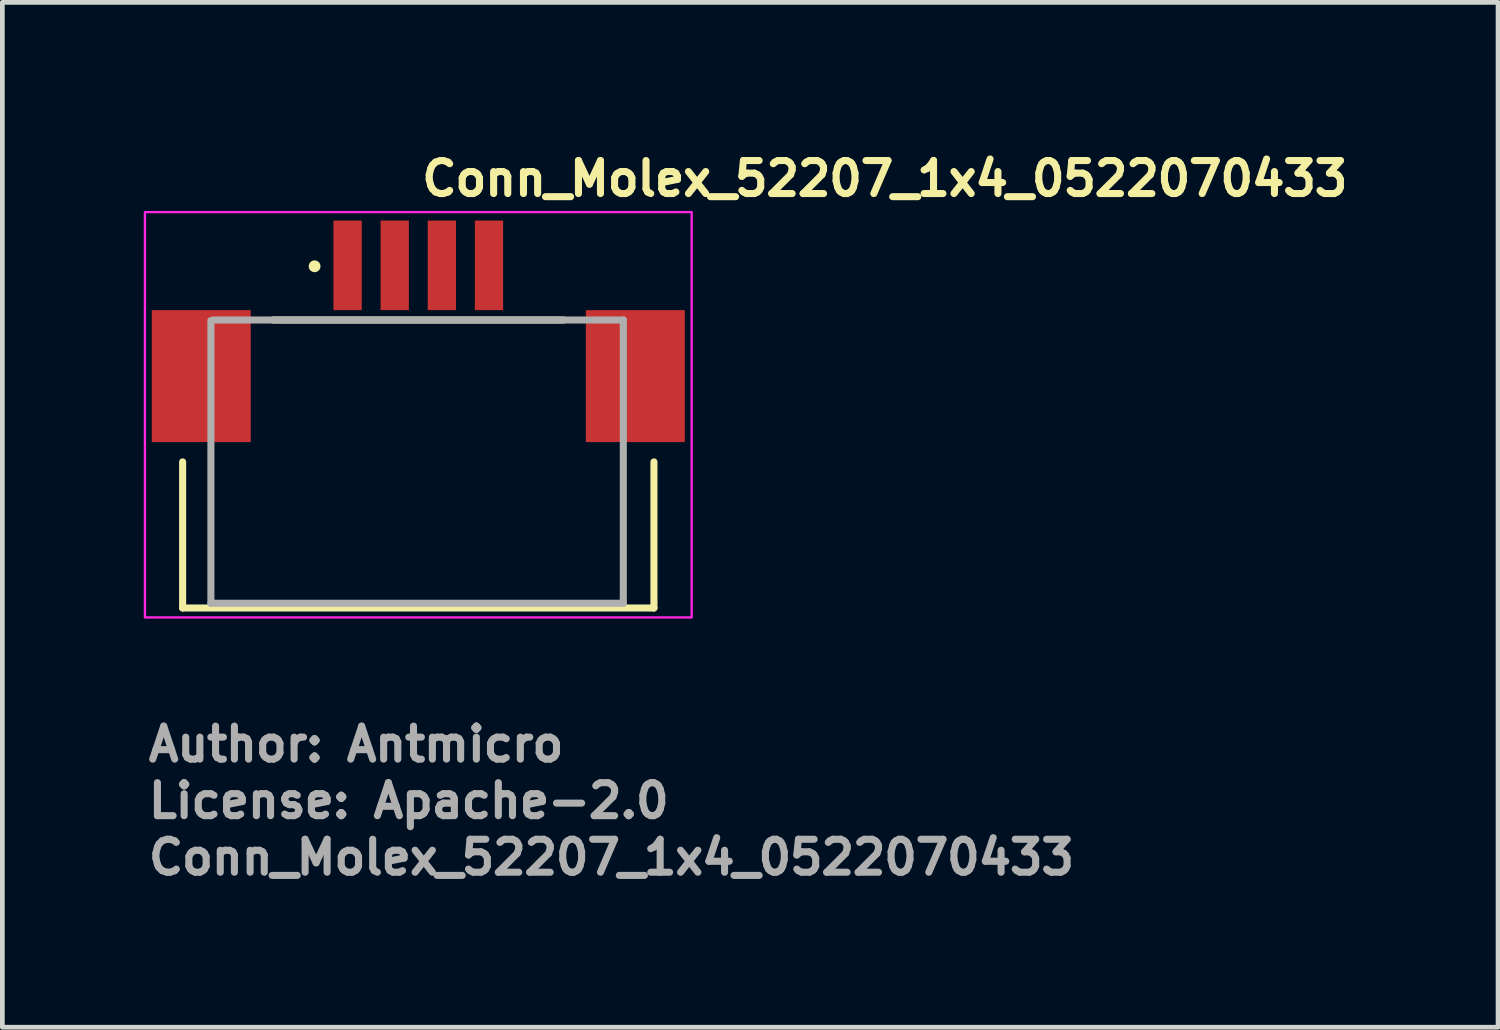
<source format=kicad_pcb>
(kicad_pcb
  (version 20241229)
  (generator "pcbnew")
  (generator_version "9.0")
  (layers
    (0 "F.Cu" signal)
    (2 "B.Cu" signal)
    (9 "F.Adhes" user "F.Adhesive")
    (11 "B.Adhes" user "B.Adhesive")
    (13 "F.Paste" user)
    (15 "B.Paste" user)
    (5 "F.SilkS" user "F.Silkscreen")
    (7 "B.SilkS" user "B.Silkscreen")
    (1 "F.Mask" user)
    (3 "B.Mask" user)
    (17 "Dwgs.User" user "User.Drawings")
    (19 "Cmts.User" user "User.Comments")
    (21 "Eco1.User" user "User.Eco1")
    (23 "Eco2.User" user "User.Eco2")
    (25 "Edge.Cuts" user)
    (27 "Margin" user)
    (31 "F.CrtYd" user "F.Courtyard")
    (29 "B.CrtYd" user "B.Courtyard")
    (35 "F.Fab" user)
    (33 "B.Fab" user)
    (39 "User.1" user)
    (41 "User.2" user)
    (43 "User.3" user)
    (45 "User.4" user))
  (footprint "Conn_Molex_52207_1x4_0522070433"
    (layer "F.Cu")
    (at 5.825 5.85)
    (property "Reference" "Conn_Molex_52207_1x4_0522070433" (at 0 -4.7 0) (layer "F.SilkS") (effects (font (size 0.7 0.7) (thickness 0.15)) (justify left bottom)))
    (attr smd)
    (fp_line (start -5 4) (end -5 0.9) (stroke (width 0.15) (type solid)) (layer "F.SilkS"))
    (fp_line (start -5 4) (end 5 4) (stroke (width 0.15) (type solid)) (layer "F.SilkS"))
    (fp_line (start -3.084 -2.111) (end 3.084 -2.111) (stroke (width 0.15) (type solid)) (layer "F.SilkS"))
    (fp_line (start 5 4) (end 5 0.9) (stroke (width 0.15) (type solid)) (layer "F.SilkS"))
    (fp_circle (center -2.2 -3.25) (end -2.15 -3.25) (stroke (width 0.15) (type solid)) (fill yes) (layer "F.SilkS"))
    (fp_rect (start -5.8 -4.4) (end 5.8 4.2) (stroke (width 0.05) (type solid)) (fill no) (layer "F.CrtYd"))
    (fp_line (start -4.4 3.9) (end -4.4 -2.1) (stroke (width 0.15) (type solid)) (layer "F.Fab"))
    (fp_line (start -4.35 -2.111) (end 4.35 -2.111) (stroke (width 0.15) (type solid)) (layer "F.Fab"))
    (fp_line (start 4.35 -2.111) (end 4.35 3.9) (stroke (width 0.15) (type solid)) (layer "F.Fab"))
    (fp_line (start 4.35 3.9) (end -4.4 3.9) (stroke (width 0.15) (type solid)) (layer "F.Fab"))
    (fp_rect (start -5.15 -3.8) (end 5.15 3.8) (stroke (width 0.1) (type solid)) (fill no) (layer "User.5"))
    (fp_line (start -5.15 -1.8) (end -4.896 -1.8) (stroke (width 0.02) (type solid)) (layer "User.9"))
    (fp_line (start -5.15 -1.6) (end -5.15 -1.8) (stroke (width 0.02) (type solid)) (layer "User.9"))
    (fp_line (start -5.15 -1.6) (end -4.896 -1.6) (stroke (width 0.02) (type solid)) (layer "User.9"))
    (fp_line (start -5.15 0) (end -5.15 -1.6) (stroke (width 0.02) (type solid)) (layer "User.9"))
    (fp_line (start -5.15 0.2) (end -5.15 0) (stroke (width 0.02) (type solid)) (layer "User.9"))
    (fp_line (start -5 2.6) (end -5 2.7) (stroke (width 0.02) (type solid)) (layer "User.9"))
    (fp_line (start -5 2.7) (end -4.8 3) (stroke (width 0.02) (type solid)) (layer "User.9"))
    (fp_line (start -5 3.18) (end -5 3.5) (stroke (width 0.02) (type solid)) (layer "User.9"))
    (fp_line (start -5 3.5) (end -5 3.515) (stroke (width 0.02) (type solid)) (layer "User.9"))
    (fp_line (start -5 3.515) (end -4.999 3.53) (stroke (width 0.02) (type solid)) (layer "User.9"))
    (fp_line (start -4.999 3.53) (end -4.997 3.544) (stroke (width 0.02) (type solid)) (layer "User.9"))
    (fp_line (start -4.997 3.544) (end -4.994 3.559) (stroke (width 0.02) (type solid)) (layer "User.9"))
    (fp_line (start -4.994 3.559) (end -4.991 3.573) (stroke (width 0.02) (type solid)) (layer "User.9"))
    (fp_line (start -4.991 3.573) (end -4.987 3.587) (stroke (width 0.02) (type solid)) (layer "User.9"))
    (fp_line (start -4.987 3.587) (end -4.982 3.601) (stroke (width 0.02) (type solid)) (layer "User.9"))
    (fp_line (start -4.982 3.601) (end -4.977 3.615) (stroke (width 0.02) (type solid)) (layer "User.9"))
    (fp_line (start -4.977 3.615) (end -4.971 3.628) (stroke (width 0.02) (type solid)) (layer "User.9"))
    (fp_line (start -4.971 3.628) (end -4.965 3.641) (stroke (width 0.02) (type solid)) (layer "User.9"))
    (fp_line (start -4.965 3.641) (end -4.957 3.654) (stroke (width 0.02) (type solid)) (layer "User.9"))
    (fp_line (start -4.957 3.654) (end -4.95 3.666) (stroke (width 0.02) (type solid)) (layer "User.9"))
    (fp_line (start -4.95 3.666) (end -4.941 3.678) (stroke (width 0.02) (type solid)) (layer "User.9"))
    (fp_line (start -4.941 3.678) (end -4.932 3.69) (stroke (width 0.02) (type solid)) (layer "User.9"))
    (fp_line (start -4.932 3.69) (end -4.922 3.701) (stroke (width 0.02) (type solid)) (layer "User.9"))
    (fp_line (start -4.922 3.701) (end -4.912 3.712) (stroke (width 0.02) (type solid)) (layer "User.9"))
    (fp_line (start -4.912 3.712) (end -4.912 3.712) (stroke (width 0.02) (type solid)) (layer "User.9"))
    (fp_line (start -4.912 3.712) (end -4.901 3.722) (stroke (width 0.02) (type solid)) (layer "User.9"))
    (fp_line (start -4.901 3.722) (end -4.89 3.732) (stroke (width 0.02) (type solid)) (layer "User.9"))
    (fp_line (start -4.896 -1.8) (end -4.896 -1.6) (stroke (width 0.02) (type solid)) (layer "User.9"))
    (fp_line (start -4.896 0) (end -5.15 0) (stroke (width 0.02) (type solid)) (layer "User.9"))
    (fp_line (start -4.896 0) (end -4.896 -1.6) (stroke (width 0.02) (type solid)) (layer "User.9"))
    (fp_line (start -4.896 0) (end -4.896 0.2) (stroke (width 0.02) (type solid)) (layer "User.9"))
    (fp_line (start -4.896 0.2) (end -5.15 0.2) (stroke (width 0.02) (type solid)) (layer "User.9"))
    (fp_line (start -4.89 3.732) (end -4.878 3.741) (stroke (width 0.02) (type solid)) (layer "User.9"))
    (fp_line (start -4.878 3.741) (end -4.866 3.75) (stroke (width 0.02) (type solid)) (layer "User.9"))
    (fp_line (start -4.866 3.75) (end -4.854 3.757) (stroke (width 0.02) (type solid)) (layer "User.9"))
    (fp_line (start -4.854 3.757) (end -4.841 3.765) (stroke (width 0.02) (type solid)) (layer "User.9"))
    (fp_line (start -4.841 3.765) (end -4.828 3.771) (stroke (width 0.02) (type solid)) (layer "User.9"))
    (fp_line (start -4.828 3.771) (end -4.815 3.777) (stroke (width 0.02) (type solid)) (layer "User.9"))
    (fp_line (start -4.815 3.777) (end -4.801 3.782) (stroke (width 0.02) (type solid)) (layer "User.9"))
    (fp_line (start -4.801 3.782) (end -4.787 3.787) (stroke (width 0.02) (type solid)) (layer "User.9"))
    (fp_line (start -4.8 2.5) (end -4.8 2.6) (stroke (width 0.02) (type solid)) (layer "User.9"))
    (fp_line (start -4.8 2.5) (end -4.712 2.5) (stroke (width 0.02) (type solid)) (layer "User.9"))
    (fp_line (start -4.8 2.6) (end -5 2.6) (stroke (width 0.02) (type solid)) (layer "User.9"))
    (fp_line (start -4.8 3) (end -4.8 2.6) (stroke (width 0.02) (type solid)) (layer "User.9"))
    (fp_line (start -4.8 3) (end -4.8 3.18) (stroke (width 0.02) (type solid)) (layer "User.9"))
    (fp_line (start -4.8 3.18) (end -5 3.18) (stroke (width 0.02) (type solid)) (layer "User.9"))
    (fp_line (start -4.8 3.5) (end -4.8 3.18) (stroke (width 0.02) (type solid)) (layer "User.9"))
    (fp_line (start -4.8 3.513) (end -4.8 3.5) (stroke (width 0.02) (type solid)) (layer "User.9"))
    (fp_line (start -4.799 3.527) (end -4.8 3.513) (stroke (width 0.02) (type solid)) (layer "User.9"))
    (fp_line (start -4.797 3.541) (end -4.799 3.527) (stroke (width 0.02) (type solid)) (layer "User.9"))
    (fp_line (start -4.796 3.549) (end -4.797 3.543) (stroke (width 0.02) (type solid)) (layer "User.9"))
    (fp_line (start -4.795 3.554) (end -4.797 3.541) (stroke (width 0.02) (type solid)) (layer "User.9"))
    (fp_line (start -4.795 3.554) (end -4.796 3.549) (stroke (width 0.02) (type solid)) (layer "User.9"))
    (fp_line (start -4.794 3.56) (end -4.795 3.554) (stroke (width 0.02) (type solid)) (layer "User.9"))
    (fp_line (start -4.793 3.565) (end -4.794 3.56) (stroke (width 0.02) (type solid)) (layer "User.9"))
    (fp_line (start -4.792 3.568) (end -4.795 3.554) (stroke (width 0.02) (type solid)) (layer "User.9"))
    (fp_line (start -4.791 3.571) (end -4.793 3.565) (stroke (width 0.02) (type solid)) (layer "User.9"))
    (fp_line (start -4.79 3.576) (end -4.791 3.571) (stroke (width 0.02) (type solid)) (layer "User.9"))
    (fp_line (start -4.789 3.582) (end -4.792 3.568) (stroke (width 0.02) (type solid)) (layer "User.9"))
    (fp_line (start -4.789 3.582) (end -4.79 3.576) (stroke (width 0.02) (type solid)) (layer "User.9"))
    (fp_line (start -4.787 3.587) (end -4.789 3.582) (stroke (width 0.02) (type solid)) (layer "User.9"))
    (fp_line (start -4.787 3.787) (end -4.773 3.791) (stroke (width 0.02) (type solid)) (layer "User.9"))
    (fp_line (start -4.784 3.595) (end -4.789 3.582) (stroke (width 0.02) (type solid)) (layer "User.9"))
    (fp_line (start -4.779 3.609) (end -4.784 3.595) (stroke (width 0.02) (type solid)) (layer "User.9"))
    (fp_line (start -4.774 3.622) (end -4.779 3.609) (stroke (width 0.02) (type solid)) (layer "User.9"))
    (fp_line (start -4.773 3.791) (end -4.759 3.794) (stroke (width 0.02) (type solid)) (layer "User.9"))
    (fp_line (start -4.767 3.636) (end -4.774 3.622) (stroke (width 0.02) (type solid)) (layer "User.9"))
    (fp_line (start -4.767 3.636) (end -4.769 3.632) (stroke (width 0.02) (type solid)) (layer "User.9"))
    (fp_line (start -4.765 3.641) (end -4.767 3.636) (stroke (width 0.02) (type solid)) (layer "User.9"))
    (fp_line (start -4.762 3.645) (end -4.765 3.641) (stroke (width 0.02) (type solid)) (layer "User.9"))
    (fp_line (start -4.76 3.649) (end -4.767 3.636) (stroke (width 0.02) (type solid)) (layer "User.9"))
    (fp_line (start -4.76 3.65) (end -4.762 3.645) (stroke (width 0.02) (type solid)) (layer "User.9"))
    (fp_line (start -4.759 3.794) (end -4.744 3.797) (stroke (width 0.02) (type solid)) (layer "User.9"))
    (fp_line (start -4.757 3.654) (end -4.76 3.65) (stroke (width 0.02) (type solid)) (layer "User.9"))
    (fp_line (start -4.755 3.659) (end -4.757 3.654) (stroke (width 0.02) (type solid)) (layer "User.9"))
    (fp_line (start -4.753 3.662) (end -4.76 3.649) (stroke (width 0.02) (type solid)) (layer "User.9"))
    (fp_line (start -4.752 3.663) (end -4.755 3.659) (stroke (width 0.02) (type solid)) (layer "User.9"))
    (fp_line (start -4.749 3.667) (end -4.752 3.663) (stroke (width 0.02) (type solid)) (layer "User.9"))
    (fp_line (start -4.746 -1.8) (end -4.896 -1.8) (stroke (width 0.02) (type solid)) (layer "User.9"))
    (fp_line (start -4.746 -1.8) (end -4.35 -1.8) (stroke (width 0.02) (type solid)) (layer "User.9"))
    (fp_line (start -4.746 0.2) (end -4.896 0.2) (stroke (width 0.02) (type solid)) (layer "User.9"))
    (fp_line (start -4.744 3.675) (end -4.753 3.662) (stroke (width 0.02) (type solid)) (layer "User.9"))
    (fp_line (start -4.744 3.797) (end -4.73 3.799) (stroke (width 0.02) (type solid)) (layer "User.9"))
    (fp_line (start -4.735 3.687) (end -4.744 3.675) (stroke (width 0.02) (type solid)) (layer "User.9"))
    (fp_line (start -4.73 3.799) (end -4.715 3.8) (stroke (width 0.02) (type solid)) (layer "User.9"))
    (fp_line (start -4.725 3.699) (end -4.735 3.687) (stroke (width 0.02) (type solid)) (layer "User.9"))
    (fp_line (start -4.715 3.8) (end -4.7 3.8) (stroke (width 0.02) (type solid)) (layer "User.9"))
    (fp_line (start -4.714 3.711) (end -4.725 3.699) (stroke (width 0.02) (type solid)) (layer "User.9"))
    (fp_line (start -4.714 3.711) (end -4.714 3.711) (stroke (width 0.02) (type solid)) (layer "User.9"))
    (fp_line (start -4.713 3.711) (end -4.714 3.711) (stroke (width 0.02) (type solid)) (layer "User.9"))
    (fp_line (start -4.712 2.5) (end -4.712 2.5) (stroke (width 0.02) (type solid)) (layer "User.9"))
    (fp_line (start -4.712 2.5) (end -4.5 2.5) (stroke (width 0.02) (type solid)) (layer "User.9"))
    (fp_line (start -4.712 3.712) (end -4.713 3.711) (stroke (width 0.02) (type solid)) (layer "User.9"))
    (fp_line (start -4.704 3.72) (end -4.714 3.711) (stroke (width 0.02) (type solid)) (layer "User.9"))
    (fp_line (start -4.7 3.8) (end -4.5 3.8) (stroke (width 0.02) (type solid)) (layer "User.9"))
    (fp_line (start -4.695 3.728) (end -4.704 3.72) (stroke (width 0.02) (type solid)) (layer "User.9"))
    (fp_line (start -4.684 3.737) (end -4.695 3.728) (stroke (width 0.02) (type solid)) (layer "User.9"))
    (fp_line (start -4.68 3.74) (end -4.683 3.738) (stroke (width 0.02) (type solid)) (layer "User.9"))
    (fp_line (start -4.678 3.741) (end -4.68 3.74) (stroke (width 0.02) (type solid)) (layer "User.9"))
    (fp_line (start -4.676 3.743) (end -4.678 3.741) (stroke (width 0.02) (type solid)) (layer "User.9"))
    (fp_line (start -4.673 3.745) (end -4.684 3.737) (stroke (width 0.02) (type solid)) (layer "User.9"))
    (fp_line (start -4.673 3.745) (end -4.676 3.743) (stroke (width 0.02) (type solid)) (layer "User.9"))
    (fp_line (start -4.662 3.753) (end -4.673 3.745) (stroke (width 0.02) (type solid)) (layer "User.9"))
    (fp_line (start -4.65 3.76) (end -4.662 3.753) (stroke (width 0.02) (type solid)) (layer "User.9"))
    (fp_line (start -4.637 3.767) (end -4.65 3.76) (stroke (width 0.02) (type solid)) (layer "User.9"))
    (fp_line (start -4.624 3.773) (end -4.637 3.767) (stroke (width 0.02) (type solid)) (layer "User.9"))
    (fp_line (start -4.621 3.774) (end -4.624 3.773) (stroke (width 0.02) (type solid)) (layer "User.9"))
    (fp_line (start -4.618 3.776) (end -4.621 3.774) (stroke (width 0.02) (type solid)) (layer "User.9"))
    (fp_line (start -4.615 3.777) (end -4.618 3.776) (stroke (width 0.02) (type solid)) (layer "User.9"))
    (fp_line (start -4.612 3.778) (end -4.615 3.777) (stroke (width 0.02) (type solid)) (layer "User.9"))
    (fp_line (start -4.61 3.779) (end -4.624 3.773) (stroke (width 0.02) (type solid)) (layer "User.9"))
    (fp_line (start -4.596 3.784) (end -4.61 3.779) (stroke (width 0.02) (type solid)) (layer "User.9"))
    (fp_line (start -4.581 3.789) (end -4.596 3.784) (stroke (width 0.02) (type solid)) (layer "User.9"))
    (fp_line (start -4.566 3.793) (end -4.581 3.789) (stroke (width 0.02) (type solid)) (layer "User.9"))
    (fp_line (start -4.558 3.794) (end -4.566 3.793) (stroke (width 0.02) (type solid)) (layer "User.9"))
    (fp_line (start -4.55 3.796) (end -4.566 3.793) (stroke (width 0.02) (type solid)) (layer "User.9"))
    (fp_line (start -4.55 3.796) (end -4.558 3.794) (stroke (width 0.02) (type solid)) (layer "User.9"))
    (fp_line (start -4.542 3.797) (end -4.55 3.796) (stroke (width 0.02) (type solid)) (layer "User.9"))
    (fp_line (start -4.534 3.798) (end -4.55 3.796) (stroke (width 0.02) (type solid)) (layer "User.9"))
    (fp_line (start -4.533 3.798) (end -4.542 3.797) (stroke (width 0.02) (type solid)) (layer "User.9"))
    (fp_line (start -4.525 3.799) (end -4.533 3.798) (stroke (width 0.02) (type solid)) (layer "User.9"))
    (fp_line (start -4.517 3.799) (end -4.534 3.798) (stroke (width 0.02) (type solid)) (layer "User.9"))
    (fp_line (start -4.517 3.8) (end -4.525 3.799) (stroke (width 0.02) (type solid)) (layer "User.9"))
    (fp_line (start -4.508 3.8) (end -4.517 3.8) (stroke (width 0.02) (type solid)) (layer "User.9"))
    (fp_line (start -4.5 3.8) (end -4.517 3.799) (stroke (width 0.02) (type solid)) (layer "User.9"))
    (fp_line (start -4.5 3.8) (end -4.508 3.8) (stroke (width 0.02) (type solid)) (layer "User.9"))
    (fp_line (start -4.5 3.8) (end -3.1 3.8) (stroke (width 0.02) (type solid)) (layer "User.9"))
    (fp_line (start -4.35 -1.8) (end -4.35 2.25) (stroke (width 0.02) (type solid)) (layer "User.9"))
    (fp_line (start -4.35 -1.8) (end 4.35 -1.8) (stroke (width 0.02) (type solid)) (layer "User.9"))
    (fp_line (start -4.35 0.2) (end -4.746 0.2) (stroke (width 0.02) (type solid)) (layer "User.9"))
    (fp_line (start -4.35 2.25) (end -3.775 2.25) (stroke (width 0.02) (type solid)) (layer "User.9"))
    (fp_line (start -4.065 2.5) (end -4.075 2.5) (stroke (width 0.02) (type solid)) (layer "User.9"))
    (fp_line (start -4.055 2.499) (end -4.065 2.5) (stroke (width 0.02) (type solid)) (layer "User.9"))
    (fp_line (start -4.045 2.498) (end -4.055 2.499) (stroke (width 0.02) (type solid)) (layer "User.9"))
    (fp_line (start -4.035 2.496) (end -4.045 2.498) (stroke (width 0.02) (type solid)) (layer "User.9"))
    (fp_line (start -4.025 2.494) (end -4.035 2.496) (stroke (width 0.02) (type solid)) (layer "User.9"))
    (fp_line (start -4.016 2.491) (end -4.025 2.494) (stroke (width 0.02) (type solid)) (layer "User.9"))
    (fp_line (start -4.006 2.488) (end -4.016 2.491) (stroke (width 0.02) (type solid)) (layer "User.9"))
    (fp_line (start -3.997 2.484) (end -4.006 2.488) (stroke (width 0.02) (type solid)) (layer "User.9"))
    (fp_line (start -3.988 2.48) (end -3.997 2.484) (stroke (width 0.02) (type solid)) (layer "User.9"))
    (fp_line (start -3.98 2.476) (end -3.988 2.48) (stroke (width 0.02) (type solid)) (layer "User.9"))
    (fp_line (start -3.971 2.471) (end -3.98 2.476) (stroke (width 0.02) (type solid)) (layer "User.9"))
    (fp_line (start -3.963 2.466) (end -3.971 2.471) (stroke (width 0.02) (type solid)) (layer "User.9"))
    (fp_line (start -3.955 2.46) (end -3.963 2.466) (stroke (width 0.02) (type solid)) (layer "User.9"))
    (fp_line (start -3.948 2.454) (end -3.955 2.46) (stroke (width 0.02) (type solid)) (layer "User.9"))
    (fp_line (start -3.941 2.448) (end -3.948 2.454) (stroke (width 0.02) (type solid)) (layer "User.9"))
    (fp_line (start -3.934 2.441) (end -3.941 2.448) (stroke (width 0.02) (type solid)) (layer "User.9"))
    (fp_line (start -3.927 2.434) (end -3.934 2.441) (stroke (width 0.02) (type solid)) (layer "User.9"))
    (fp_line (start -3.921 2.427) (end -3.927 2.434) (stroke (width 0.02) (type solid)) (layer "User.9"))
    (fp_line (start -3.915 2.42) (end -3.921 2.427) (stroke (width 0.02) (type solid)) (layer "User.9"))
    (fp_line (start -3.909 2.412) (end -3.915 2.42) (stroke (width 0.02) (type solid)) (layer "User.9"))
    (fp_line (start -3.904 2.404) (end -3.909 2.412) (stroke (width 0.02) (type solid)) (layer "User.9"))
    (fp_line (start -3.9 2.707) (end -3.5 3.4) (stroke (width 0.02) (type solid)) (layer "User.9"))
    (fp_line (start -3.899 2.395) (end -3.904 2.404) (stroke (width 0.02) (type solid)) (layer "User.9"))
    (fp_line (start -3.895 2.387) (end -3.899 2.395) (stroke (width 0.02) (type solid)) (layer "User.9"))
    (fp_line (start -3.891 2.378) (end -3.895 2.387) (stroke (width 0.02) (type solid)) (layer "User.9"))
    (fp_line (start -3.887 2.369) (end -3.891 2.378) (stroke (width 0.02) (type solid)) (layer "User.9"))
    (fp_line (start -3.884 2.359) (end -3.887 2.369) (stroke (width 0.02) (type solid)) (layer "User.9"))
    (fp_line (start -3.881 2.35) (end -3.884 2.359) (stroke (width 0.02) (type solid)) (layer "User.9"))
    (fp_line (start -3.879 2.34) (end -3.881 2.35) (stroke (width 0.02) (type solid)) (layer "User.9"))
    (fp_line (start -3.877 2.33) (end -3.879 2.34) (stroke (width 0.02) (type solid)) (layer "User.9"))
    (fp_line (start -3.876 2.32) (end -3.877 2.33) (stroke (width 0.02) (type solid)) (layer "User.9"))
    (fp_line (start -3.875 2.25) (end -3.875 2.3) (stroke (width 0.02) (type solid)) (layer "User.9"))
    (fp_line (start -3.875 2.3) (end -3.875 2.31) (stroke (width 0.02) (type solid)) (layer "User.9"))
    (fp_line (start -3.875 2.31) (end -3.876 2.32) (stroke (width 0.02) (type solid)) (layer "User.9"))
    (fp_line (start -3.775 -0.86) (end -3.775 -0.855) (stroke (width 0.02) (type solid)) (layer "User.9"))
    (fp_line (start -3.775 -0.857) (end -3.775 -0.85) (stroke (width 0.02) (type solid)) (layer "User.9"))
    (fp_line (start -3.775 -0.855) (end -3.775 -0.85) (stroke (width 0.02) (type solid)) (layer "User.9"))
    (fp_line (start -3.775 -0.85) (end -3.775 2.25) (stroke (width 0.02) (type solid)) (layer "User.9"))
    (fp_line (start -3.774 -0.87) (end -3.774 -0.865) (stroke (width 0.02) (type solid)) (layer "User.9"))
    (fp_line (start -3.774 -0.865) (end -3.775 -0.86) (stroke (width 0.02) (type solid)) (layer "User.9"))
    (fp_line (start -3.774 -0.865) (end -3.775 -0.857) (stroke (width 0.02) (type solid)) (layer "User.9"))
    (fp_line (start -3.773 -0.875) (end -3.774 -0.87) (stroke (width 0.02) (type solid)) (layer "User.9"))
    (fp_line (start -3.773 -0.872) (end -3.774 -0.865) (stroke (width 0.02) (type solid)) (layer "User.9"))
    (fp_line (start -3.772 -0.88) (end -3.773 -0.875) (stroke (width 0.02) (type solid)) (layer "User.9"))
    (fp_line (start -3.772 -0.879) (end -3.773 -0.872) (stroke (width 0.02) (type solid)) (layer "User.9"))
    (fp_line (start -3.771 -0.884) (end -3.772 -0.88) (stroke (width 0.02) (type solid)) (layer "User.9"))
    (fp_line (start -3.77 -0.889) (end -3.771 -0.884) (stroke (width 0.02) (type solid)) (layer "User.9"))
    (fp_line (start -3.77 -0.887) (end -3.772 -0.879) (stroke (width 0.02) (type solid)) (layer "User.9"))
    (fp_line (start -3.769 -0.894) (end -3.77 -0.887) (stroke (width 0.02) (type solid)) (layer "User.9"))
    (fp_line (start -3.768 -0.894) (end -3.77 -0.889) (stroke (width 0.02) (type solid)) (layer "User.9"))
    (fp_line (start -3.767 -0.898) (end -3.768 -0.894) (stroke (width 0.02) (type solid)) (layer "User.9"))
    (fp_line (start -3.766 -0.901) (end -3.769 -0.894) (stroke (width 0.02) (type solid)) (layer "User.9"))
    (fp_line (start -3.765 -0.903) (end -3.767 -0.898) (stroke (width 0.02) (type solid)) (layer "User.9"))
    (fp_line (start -3.764 -0.908) (end -3.765 -0.903) (stroke (width 0.02) (type solid)) (layer "User.9"))
    (fp_line (start -3.764 -0.907) (end -3.766 -0.901) (stroke (width 0.02) (type solid)) (layer "User.9"))
    (fp_line (start -3.762 -0.912) (end -3.764 -0.908) (stroke (width 0.02) (type solid)) (layer "User.9"))
    (fp_line (start -3.761 -0.914) (end -3.764 -0.907) (stroke (width 0.02) (type solid)) (layer "User.9"))
    (fp_line (start -3.759 -0.916) (end -3.762 -0.912) (stroke (width 0.02) (type solid)) (layer "User.9"))
    (fp_line (start -3.757 -0.921) (end -3.761 -0.914) (stroke (width 0.02) (type solid)) (layer "User.9"))
    (fp_line (start -3.757 -0.921) (end -3.759 -0.916) (stroke (width 0.02) (type solid)) (layer "User.9"))
    (fp_line (start -3.755 -0.925) (end -3.757 -0.921) (stroke (width 0.02) (type solid)) (layer "User.9"))
    (fp_line (start -3.754 -0.927) (end -3.757 -0.921) (stroke (width 0.02) (type solid)) (layer "User.9"))
    (fp_line (start -3.752 -0.929) (end -3.755 -0.925) (stroke (width 0.02) (type solid)) (layer "User.9"))
    (fp_line (start -3.75 -0.933) (end -3.754 -0.927) (stroke (width 0.02) (type solid)) (layer "User.9"))
    (fp_line (start -3.75 -0.933) (end -3.752 -0.929) (stroke (width 0.02) (type solid)) (layer "User.9"))
    (fp_line (start -3.747 -0.937) (end -3.75 -0.933) (stroke (width 0.02) (type solid)) (layer "User.9"))
    (fp_line (start -3.746 -0.939) (end -3.75 -0.933) (stroke (width 0.02) (type solid)) (layer "User.9"))
    (fp_line (start -3.744 -0.941) (end -3.747 -0.937) (stroke (width 0.02) (type solid)) (layer "User.9"))
    (fp_line (start -3.741 -0.945) (end -3.746 -0.939) (stroke (width 0.02) (type solid)) (layer "User.9"))
    (fp_line (start -3.741 -0.945) (end -3.744 -0.941) (stroke (width 0.02) (type solid)) (layer "User.9"))
    (fp_line (start -3.738 -0.949) (end -3.741 -0.945) (stroke (width 0.02) (type solid)) (layer "User.9"))
    (fp_line (start -3.736 -0.951) (end -3.741 -0.945) (stroke (width 0.02) (type solid)) (layer "User.9"))
    (fp_line (start -3.735 -0.952) (end -3.738 -0.949) (stroke (width 0.02) (type solid)) (layer "User.9"))
    (fp_line (start -3.731 -0.956) (end -3.736 -0.951) (stroke (width 0.02) (type solid)) (layer "User.9"))
    (fp_line (start -3.731 -0.956) (end -3.735 -0.952) (stroke (width 0.02) (type solid)) (layer "User.9"))
    (fp_line (start -3.731 -0.956) (end -3.731 -0.956) (stroke (width 0.02) (type solid)) (layer "User.9"))
    (fp_line (start -3.728 -0.959) (end -3.731 -0.956) (stroke (width 0.02) (type solid)) (layer "User.9"))
    (fp_line (start -3.726 -0.961) (end -3.731 -0.956) (stroke (width 0.02) (type solid)) (layer "User.9"))
    (fp_line (start -3.724 -0.963) (end -3.728 -0.959) (stroke (width 0.02) (type solid)) (layer "User.9"))
    (fp_line (start -3.72 -0.966) (end -3.726 -0.961) (stroke (width 0.02) (type solid)) (layer "User.9"))
    (fp_line (start -3.72 -0.966) (end -3.724 -0.963) (stroke (width 0.02) (type solid)) (layer "User.9"))
    (fp_line (start -3.717 -0.969) (end -3.72 -0.966) (stroke (width 0.02) (type solid)) (layer "User.9"))
    (fp_line (start -3.714 -0.971) (end -3.72 -0.966) (stroke (width 0.02) (type solid)) (layer "User.9"))
    (fp_line (start -3.713 -0.972) (end -3.717 -0.969) (stroke (width 0.02) (type solid)) (layer "User.9"))
    (fp_line (start -3.708 -0.975) (end -3.714 -0.971) (stroke (width 0.02) (type solid)) (layer "User.9"))
    (fp_line (start -3.708 -0.975) (end -3.713 -0.972) (stroke (width 0.02) (type solid)) (layer "User.9"))
    (fp_line (start -3.704 -0.977) (end -3.708 -0.975) (stroke (width 0.02) (type solid)) (layer "User.9"))
    (fp_line (start -3.702 -0.979) (end -3.708 -0.975) (stroke (width 0.02) (type solid)) (layer "User.9"))
    (fp_line (start -3.7 -0.98) (end -3.704 -0.977) (stroke (width 0.02) (type solid)) (layer "User.9"))
    (fp_line (start -3.7 -0.98) (end -3.7 -0.98) (stroke (width 0.02) (type solid)) (layer "User.9"))
    (fp_line (start -3.696 -0.982) (end -3.702 -0.979) (stroke (width 0.02) (type solid)) (layer "User.9"))
    (fp_line (start -3.691 -0.985) (end -3.7 -0.98) (stroke (width 0.02) (type solid)) (layer "User.9"))
    (fp_line (start -3.689 -0.986) (end -3.696 -0.982) (stroke (width 0.02) (type solid)) (layer "User.9"))
    (fp_line (start -3.682 -0.989) (end -3.691 -0.985) (stroke (width 0.02) (type solid)) (layer "User.9"))
    (fp_line (start -3.682 -0.989) (end -3.689 -0.986) (stroke (width 0.02) (type solid)) (layer "User.9"))
    (fp_line (start -3.676 -0.991) (end -3.682 -0.989) (stroke (width 0.02) (type solid)) (layer "User.9"))
    (fp_line (start -3.673 -0.992) (end -3.682 -0.989) (stroke (width 0.02) (type solid)) (layer "User.9"))
    (fp_line (start -3.669 -0.994) (end -3.676 -0.991) (stroke (width 0.02) (type solid)) (layer "User.9"))
    (fp_line (start -3.664 -0.995) (end -3.673 -0.992) (stroke (width 0.02) (type solid)) (layer "User.9"))
    (fp_line (start -3.662 -0.995) (end -3.669 -0.994) (stroke (width 0.02) (type solid)) (layer "User.9"))
    (fp_line (start -3.654 -0.997) (end -3.664 -0.995) (stroke (width 0.02) (type solid)) (layer "User.9"))
    (fp_line (start -3.654 -0.997) (end -3.662 -0.995) (stroke (width 0.02) (type solid)) (layer "User.9"))
    (fp_line (start -3.647 -0.998) (end -3.654 -0.997) (stroke (width 0.02) (type solid)) (layer "User.9"))
    (fp_line (start -3.644 -0.999) (end -3.654 -0.997) (stroke (width 0.02) (type solid)) (layer "User.9"))
    (fp_line (start -3.64 -0.999) (end -3.647 -0.998) (stroke (width 0.02) (type solid)) (layer "User.9"))
    (fp_line (start -3.635 -1) (end -3.644 -0.999) (stroke (width 0.02) (type solid)) (layer "User.9"))
    (fp_line (start -3.632 -1) (end -3.64 -0.999) (stroke (width 0.02) (type solid)) (layer "User.9"))
    (fp_line (start -3.625 -1) (end -3.635 -1) (stroke (width 0.02) (type solid)) (layer "User.9"))
    (fp_line (start -3.625 -1) (end -3.632 -1) (stroke (width 0.02) (type solid)) (layer "User.9"))
    (fp_line (start -3.618 -1) (end -3.625 -1) (stroke (width 0.02) (type solid)) (layer "User.9"))
    (fp_line (start -3.615 -1) (end -3.625 -1) (stroke (width 0.02) (type solid)) (layer "User.9"))
    (fp_line (start -3.61 -0.999) (end -3.618 -1) (stroke (width 0.02) (type solid)) (layer "User.9"))
    (fp_line (start -3.606 -0.999) (end -3.615 -1) (stroke (width 0.02) (type solid)) (layer "User.9"))
    (fp_line (start -3.603 -0.998) (end -3.61 -0.999) (stroke (width 0.02) (type solid)) (layer "User.9"))
    (fp_line (start -3.596 -0.997) (end -3.606 -0.999) (stroke (width 0.02) (type solid)) (layer "User.9"))
    (fp_line (start -3.596 -0.997) (end -3.603 -0.998) (stroke (width 0.02) (type solid)) (layer "User.9"))
    (fp_line (start -3.588 -0.995) (end -3.596 -0.997) (stroke (width 0.02) (type solid)) (layer "User.9"))
    (fp_line (start -3.586 -0.995) (end -3.596 -0.997) (stroke (width 0.02) (type solid)) (layer "User.9"))
    (fp_line (start -3.581 -0.994) (end -3.588 -0.995) (stroke (width 0.02) (type solid)) (layer "User.9"))
    (fp_line (start -3.577 -0.992) (end -3.586 -0.995) (stroke (width 0.02) (type solid)) (layer "User.9"))
    (fp_line (start -3.574 -0.991) (end -3.581 -0.994) (stroke (width 0.02) (type solid)) (layer "User.9"))
    (fp_line (start -3.568 -0.989) (end -3.577 -0.992) (stroke (width 0.02) (type solid)) (layer "User.9"))
    (fp_line (start -3.568 -0.989) (end -3.574 -0.991) (stroke (width 0.02) (type solid)) (layer "User.9"))
    (fp_line (start -3.561 -0.986) (end -3.568 -0.989) (stroke (width 0.02) (type solid)) (layer "User.9"))
    (fp_line (start -3.559 -0.985) (end -3.568 -0.989) (stroke (width 0.02) (type solid)) (layer "User.9"))
    (fp_line (start -3.554 -0.982) (end -3.561 -0.986) (stroke (width 0.02) (type solid)) (layer "User.9"))
    (fp_line (start -3.55 -0.98) (end -3.559 -0.985) (stroke (width 0.02) (type solid)) (layer "User.9"))
    (fp_line (start -3.55 -0.98) (end -3.55 -0.98) (stroke (width 0.02) (type solid)) (layer "User.9"))
    (fp_line (start -3.548 -0.979) (end -3.554 -0.982) (stroke (width 0.02) (type solid)) (layer "User.9"))
    (fp_line (start -3.542 -0.975) (end -3.55 -0.98) (stroke (width 0.02) (type solid)) (layer "User.9"))
    (fp_line (start -3.542 -0.975) (end -3.548 -0.979) (stroke (width 0.02) (type solid)) (layer "User.9"))
    (fp_line (start -3.536 -0.971) (end -3.542 -0.975) (stroke (width 0.02) (type solid)) (layer "User.9"))
    (fp_line (start -3.533 -0.969) (end -3.542 -0.975) (stroke (width 0.02) (type solid)) (layer "User.9"))
    (fp_line (start -3.53 -0.966) (end -3.536 -0.971) (stroke (width 0.02) (type solid)) (layer "User.9"))
    (fp_line (start -3.526 -0.963) (end -3.533 -0.969) (stroke (width 0.02) (type solid)) (layer "User.9"))
    (fp_line (start -3.524 -0.961) (end -3.53 -0.966) (stroke (width 0.02) (type solid)) (layer "User.9"))
    (fp_line (start -3.519 -0.956) (end -3.526 -0.963) (stroke (width 0.02) (type solid)) (layer "User.9"))
    (fp_line (start -3.519 -0.956) (end -3.524 -0.961) (stroke (width 0.02) (type solid)) (layer "User.9"))
    (fp_line (start -3.519 -0.956) (end -3.519 -0.956) (stroke (width 0.02) (type solid)) (layer "User.9"))
    (fp_line (start -3.514 -0.951) (end -3.519 -0.956) (stroke (width 0.02) (type solid)) (layer "User.9"))
    (fp_line (start -3.512 -0.949) (end -3.519 -0.956) (stroke (width 0.02) (type solid)) (layer "User.9"))
    (fp_line (start -3.509 -0.945) (end -3.514 -0.951) (stroke (width 0.02) (type solid)) (layer "User.9"))
    (fp_line (start -3.506 -0.941) (end -3.512 -0.949) (stroke (width 0.02) (type solid)) (layer "User.9"))
    (fp_line (start -3.504 -0.939) (end -3.509 -0.945) (stroke (width 0.02) (type solid)) (layer "User.9"))
    (fp_line (start -3.5 -0.933) (end -3.506 -0.941) (stroke (width 0.02) (type solid)) (layer "User.9"))
    (fp_line (start -3.5 -0.933) (end -3.504 -0.939) (stroke (width 0.02) (type solid)) (layer "User.9"))
    (fp_line (start -3.5 3.4) (end -3.1 2.707) (stroke (width 0.02) (type solid)) (layer "User.9"))
    (fp_line (start -3.496 -0.927) (end -3.5 -0.933) (stroke (width 0.02) (type solid)) (layer "User.9"))
    (fp_line (start -3.495 -0.925) (end -3.5 -0.933) (stroke (width 0.02) (type solid)) (layer "User.9"))
    (fp_line (start -3.493 -0.921) (end -3.496 -0.927) (stroke (width 0.02) (type solid)) (layer "User.9"))
    (fp_line (start -3.491 -0.916) (end -3.495 -0.925) (stroke (width 0.02) (type solid)) (layer "User.9"))
    (fp_line (start -3.489 -0.914) (end -3.493 -0.921) (stroke (width 0.02) (type solid)) (layer "User.9"))
    (fp_line (start -3.486 -0.908) (end -3.491 -0.916) (stroke (width 0.02) (type solid)) (layer "User.9"))
    (fp_line (start -3.486 -0.907) (end -3.489 -0.914) (stroke (width 0.02) (type solid)) (layer "User.9"))
    (fp_line (start -3.484 -0.901) (end -3.486 -0.907) (stroke (width 0.02) (type solid)) (layer "User.9"))
    (fp_line (start -3.483 -0.898) (end -3.486 -0.908) (stroke (width 0.02) (type solid)) (layer "User.9"))
    (fp_line (start -3.481 -0.894) (end -3.484 -0.901) (stroke (width 0.02) (type solid)) (layer "User.9"))
    (fp_line (start -3.48 -0.889) (end -3.483 -0.898) (stroke (width 0.02) (type solid)) (layer "User.9"))
    (fp_line (start -3.48 -0.887) (end -3.481 -0.894) (stroke (width 0.02) (type solid)) (layer "User.9"))
    (fp_line (start -3.478 -0.88) (end -3.48 -0.889) (stroke (width 0.02) (type solid)) (layer "User.9"))
    (fp_line (start -3.478 -0.879) (end -3.48 -0.887) (stroke (width 0.02) (type solid)) (layer "User.9"))
    (fp_line (start -3.477 -0.872) (end -3.478 -0.879) (stroke (width 0.02) (type solid)) (layer "User.9"))
    (fp_line (start -3.476 -0.87) (end -3.478 -0.88) (stroke (width 0.02) (type solid)) (layer "User.9"))
    (fp_line (start -3.476 -0.865) (end -3.477 -0.872) (stroke (width 0.02) (type solid)) (layer "User.9"))
    (fp_line (start -3.475 -0.86) (end -3.476 -0.87) (stroke (width 0.02) (type solid)) (layer "User.9"))
    (fp_line (start -3.475 -0.857) (end -3.476 -0.865) (stroke (width 0.02) (type solid)) (layer "User.9"))
    (fp_line (start -3.475 -0.85) (end -3.475 -0.86) (stroke (width 0.02) (type solid)) (layer "User.9"))
    (fp_line (start -3.475 -0.85) (end -3.475 -0.857) (stroke (width 0.02) (type solid)) (layer "User.9"))
    (fp_line (start -3.475 -0.6) (end -3.775 -0.6) (stroke (width 0.02) (type solid)) (layer "User.9"))
    (fp_line (start -3.475 -0.3) (end -3.775 -0.3) (stroke (width 0.02) (type solid)) (layer "User.9"))
    (fp_line (start -3.475 1.45) (end -3.475 -0.85) (stroke (width 0.02) (type solid)) (layer "User.9"))
    (fp_line (start -3.475 1.45) (end -3.475 2.5) (stroke (width 0.02) (type solid)) (layer "User.9"))
    (fp_line (start -3.1 2.707) (end -3.9 2.707) (stroke (width 0.02) (type solid)) (layer "User.9"))
    (fp_line (start -3.1 3.8) (end -2.4 3.8) (stroke (width 0.02) (type solid)) (layer "User.9"))
    (fp_line (start -2.8 2.5) (end -4.5 2.5) (stroke (width 0.02) (type solid)) (layer "User.9"))
    (fp_line (start -2.8 2.5) (end -2.6 2.7) (stroke (width 0.02) (type solid)) (layer "User.9"))
    (fp_line (start -2.8 3.5) (end -3.1 3.8) (stroke (width 0.02) (type solid)) (layer "User.9"))
    (fp_line (start -2.8 3.5) (end -2.8 2.5) (stroke (width 0.02) (type solid)) (layer "User.9"))
    (fp_line (start -2.8 3.5) (end -2.6 3.3) (stroke (width 0.02) (type solid)) (layer "User.9"))
    (fp_line (start -2.6 3.3) (end -2.6 2.7) (stroke (width 0.02) (type solid)) (layer "User.9"))
    (fp_line (start -2.4 1.45) (end -3.475 1.45) (stroke (width 0.02) (type solid)) (layer "User.9"))
    (fp_line (start -2.4 1.45) (end -2.4 3.8) (stroke (width 0.02) (type solid)) (layer "User.9"))
    (fp_line (start -2.4 2.5) (end -2.8 2.5) (stroke (width 0.02) (type solid)) (layer "User.9"))
    (fp_line (start -2.4 3.8) (end 2.4 3.8) (stroke (width 0.02) (type solid)) (layer "User.9"))
    (fp_line (start -1.66 -3.8) (end -1.66 -2.4) (stroke (width 0.02) (type solid)) (layer "User.9"))
    (fp_line (start -1.66 -3.8) (end -1.34 -3.8) (stroke (width 0.02) (type solid)) (layer "User.9"))
    (fp_line (start -1.66 -2.2) (end -1.66 -2.4) (stroke (width 0.02) (type solid)) (layer "User.9"))
    (fp_line (start -1.66 -2.2) (end -1.66 -1.8) (stroke (width 0.02) (type solid)) (layer "User.9"))
    (fp_line (start -1.34 -3.8) (end -1.34 -2.4) (stroke (width 0.02) (type solid)) (layer "User.9"))
    (fp_line (start -1.34 -2.4) (end -1.66 -2.4) (stroke (width 0.02) (type solid)) (layer "User.9"))
    (fp_line (start -1.34 -2.4) (end -1.34 -2.2) (stroke (width 0.02) (type solid)) (layer "User.9"))
    (fp_line (start -1.34 -2.2) (end -1.66 -2.2) (stroke (width 0.02) (type solid)) (layer "User.9"))
    (fp_line (start -1.34 -2.2) (end -1.34 -1.8) (stroke (width 0.02) (type solid)) (layer "User.9"))
    (fp_line (start -0.66 -3.8) (end -0.66 -2.4) (stroke (width 0.02) (type solid)) (layer "User.9"))
    (fp_line (start -0.66 -3.8) (end -0.34 -3.8) (stroke (width 0.02) (type solid)) (layer "User.9"))
    (fp_line (start -0.66 -2.2) (end -0.66 -2.4) (stroke (width 0.02) (type solid)) (layer "User.9"))
    (fp_line (start -0.66 -2.2) (end -0.66 -1.8) (stroke (width 0.02) (type solid)) (layer "User.9"))
    (fp_line (start -0.34 -3.8) (end -0.34 -2.4) (stroke (width 0.02) (type solid)) (layer "User.9"))
    (fp_line (start -0.34 -2.4) (end -0.66 -2.4) (stroke (width 0.02) (type solid)) (layer "User.9"))
    (fp_line (start -0.34 -2.4) (end -0.34 -2.2) (stroke (width 0.02) (type solid)) (layer "User.9"))
    (fp_line (start -0.34 -2.2) (end -0.66 -2.2) (stroke (width 0.02) (type solid)) (layer "User.9"))
    (fp_line (start -0.34 -2.2) (end -0.34 -1.8) (stroke (width 0.02) (type solid)) (layer "User.9"))
    (fp_line (start 0.34 -3.8) (end 0.34 -2.4) (stroke (width 0.02) (type solid)) (layer "User.9"))
    (fp_line (start 0.34 -3.8) (end 0.66 -3.8) (stroke (width 0.02) (type solid)) (layer "User.9"))
    (fp_line (start 0.34 -2.2) (end 0.34 -2.4) (stroke (width 0.02) (type solid)) (layer "User.9"))
    (fp_line (start 0.34 -2.2) (end 0.34 -1.8) (stroke (width 0.02) (type solid)) (layer "User.9"))
    (fp_line (start 0.66 -3.8) (end 0.66 -2.4) (stroke (width 0.02) (type solid)) (layer "User.9"))
    (fp_line (start 0.66 -2.4) (end 0.34 -2.4) (stroke (width 0.02) (type solid)) (layer "User.9"))
    (fp_line (start 0.66 -2.4) (end 0.66 -2.2) (stroke (width 0.02) (type solid)) (layer "User.9"))
    (fp_line (start 0.66 -2.2) (end 0.34 -2.2) (stroke (width 0.02) (type solid)) (layer "User.9"))
    (fp_line (start 0.66 -2.2) (end 0.66 -1.8) (stroke (width 0.02) (type solid)) (layer "User.9"))
    (fp_line (start 1.34 -3.8) (end 1.34 -2.4) (stroke (width 0.02) (type solid)) (layer "User.9"))
    (fp_line (start 1.34 -3.8) (end 1.66 -3.8) (stroke (width 0.02) (type solid)) (layer "User.9"))
    (fp_line (start 1.34 -2.2) (end 1.34 -2.4) (stroke (width 0.02) (type solid)) (layer "User.9"))
    (fp_line (start 1.34 -2.2) (end 1.34 -1.8) (stroke (width 0.02) (type solid)) (layer "User.9"))
    (fp_line (start 1.66 -3.8) (end 1.66 -2.4) (stroke (width 0.02) (type solid)) (layer "User.9"))
    (fp_line (start 1.66 -2.4) (end 1.34 -2.4) (stroke (width 0.02) (type solid)) (layer "User.9"))
    (fp_line (start 1.66 -2.4) (end 1.66 -2.2) (stroke (width 0.02) (type solid)) (layer "User.9"))
    (fp_line (start 1.66 -2.2) (end 1.34 -2.2) (stroke (width 0.02) (type solid)) (layer "User.9"))
    (fp_line (start 1.66 -2.2) (end 1.66 -1.8) (stroke (width 0.02) (type solid)) (layer "User.9"))
    (fp_line (start 2.4 3.8) (end 2.4 1.45) (stroke (width 0.02) (type solid)) (layer "User.9"))
    (fp_line (start 2.4 3.8) (end 3.1 3.8) (stroke (width 0.02) (type solid)) (layer "User.9"))
    (fp_line (start 2.6 2.7) (end 2.6 3.3) (stroke (width 0.02) (type solid)) (layer "User.9"))
    (fp_line (start 2.6 2.7) (end 2.8 2.5) (stroke (width 0.02) (type solid)) (layer "User.9"))
    (fp_line (start 2.8 2.5) (end 2.4 2.5) (stroke (width 0.02) (type solid)) (layer "User.9"))
    (fp_line (start 2.8 2.5) (end 2.8 3.5) (stroke (width 0.02) (type solid)) (layer "User.9"))
    (fp_line (start 2.8 3.5) (end 2.6 3.3) (stroke (width 0.02) (type solid)) (layer "User.9"))
    (fp_line (start 2.8 3.5) (end 3.1 3.8) (stroke (width 0.02) (type solid)) (layer "User.9"))
    (fp_line (start 3.1 3.8) (end 4.5 3.8) (stroke (width 0.02) (type solid)) (layer "User.9"))
    (fp_line (start 3.475 -0.86) (end 3.475 -0.855) (stroke (width 0.02) (type solid)) (layer "User.9"))
    (fp_line (start 3.475 -0.857) (end 3.475 -0.85) (stroke (width 0.02) (type solid)) (layer "User.9"))
    (fp_line (start 3.475 -0.855) (end 3.475 -0.85) (stroke (width 0.02) (type solid)) (layer "User.9"))
    (fp_line (start 3.475 1.45) (end 2.4 1.45) (stroke (width 0.02) (type solid)) (layer "User.9"))
    (fp_line (start 3.475 1.45) (end 3.475 -0.85) (stroke (width 0.02) (type solid)) (layer "User.9"))
    (fp_line (start 3.475 2.5) (end 3.475 1.45) (stroke (width 0.02) (type solid)) (layer "User.9"))
    (fp_line (start 3.476 -0.87) (end 3.476 -0.865) (stroke (width 0.02) (type solid)) (layer "User.9"))
    (fp_line (start 3.476 -0.865) (end 3.475 -0.86) (stroke (width 0.02) (type solid)) (layer "User.9"))
    (fp_line (start 3.476 -0.865) (end 3.475 -0.857) (stroke (width 0.02) (type solid)) (layer "User.9"))
    (fp_line (start 3.477 -0.875) (end 3.476 -0.87) (stroke (width 0.02) (type solid)) (layer "User.9"))
    (fp_line (start 3.477 -0.872) (end 3.476 -0.865) (stroke (width 0.02) (type solid)) (layer "User.9"))
    (fp_line (start 3.478 -0.88) (end 3.477 -0.875) (stroke (width 0.02) (type solid)) (layer "User.9"))
    (fp_line (start 3.478 -0.879) (end 3.477 -0.872) (stroke (width 0.02) (type solid)) (layer "User.9"))
    (fp_line (start 3.479 -0.884) (end 3.478 -0.88) (stroke (width 0.02) (type solid)) (layer "User.9"))
    (fp_line (start 3.48 -0.889) (end 3.479 -0.884) (stroke (width 0.02) (type solid)) (layer "User.9"))
    (fp_line (start 3.48 -0.887) (end 3.478 -0.879) (stroke (width 0.02) (type solid)) (layer "User.9"))
    (fp_line (start 3.481 -0.894) (end 3.48 -0.887) (stroke (width 0.02) (type solid)) (layer "User.9"))
    (fp_line (start 3.482 -0.894) (end 3.48 -0.889) (stroke (width 0.02) (type solid)) (layer "User.9"))
    (fp_line (start 3.483 -0.898) (end 3.482 -0.894) (stroke (width 0.02) (type solid)) (layer "User.9"))
    (fp_line (start 3.484 -0.901) (end 3.481 -0.894) (stroke (width 0.02) (type solid)) (layer "User.9"))
    (fp_line (start 3.485 -0.903) (end 3.483 -0.898) (stroke (width 0.02) (type solid)) (layer "User.9"))
    (fp_line (start 3.486 -0.908) (end 3.485 -0.903) (stroke (width 0.02) (type solid)) (layer "User.9"))
    (fp_line (start 3.486 -0.907) (end 3.484 -0.901) (stroke (width 0.02) (type solid)) (layer "User.9"))
    (fp_line (start 3.488 -0.912) (end 3.486 -0.908) (stroke (width 0.02) (type solid)) (layer "User.9"))
    (fp_line (start 3.489 -0.914) (end 3.486 -0.907) (stroke (width 0.02) (type solid)) (layer "User.9"))
    (fp_line (start 3.491 -0.916) (end 3.488 -0.912) (stroke (width 0.02) (type solid)) (layer "User.9"))
    (fp_line (start 3.493 -0.921) (end 3.489 -0.914) (stroke (width 0.02) (type solid)) (layer "User.9"))
    (fp_line (start 3.493 -0.921) (end 3.491 -0.916) (stroke (width 0.02) (type solid)) (layer "User.9"))
    (fp_line (start 3.495 -0.925) (end 3.493 -0.921) (stroke (width 0.02) (type solid)) (layer "User.9"))
    (fp_line (start 3.496 -0.927) (end 3.493 -0.921) (stroke (width 0.02) (type solid)) (layer "User.9"))
    (fp_line (start 3.498 -0.929) (end 3.495 -0.925) (stroke (width 0.02) (type solid)) (layer "User.9"))
    (fp_line (start 3.5 -0.933) (end 3.496 -0.927) (stroke (width 0.02) (type solid)) (layer "User.9"))
    (fp_line (start 3.5 -0.933) (end 3.498 -0.929) (stroke (width 0.02) (type solid)) (layer "User.9"))
    (fp_line (start 3.503 -0.937) (end 3.5 -0.933) (stroke (width 0.02) (type solid)) (layer "User.9"))
    (fp_line (start 3.504 -0.939) (end 3.5 -0.933) (stroke (width 0.02) (type solid)) (layer "User.9"))
    (fp_line (start 3.506 -0.941) (end 3.503 -0.937) (stroke (width 0.02) (type solid)) (layer "User.9"))
    (fp_line (start 3.509 -0.945) (end 3.504 -0.939) (stroke (width 0.02) (type solid)) (layer "User.9"))
    (fp_line (start 3.509 -0.945) (end 3.506 -0.941) (stroke (width 0.02) (type solid)) (layer "User.9"))
    (fp_line (start 3.512 -0.949) (end 3.509 -0.945) (stroke (width 0.02) (type solid)) (layer "User.9"))
    (fp_line (start 3.514 -0.951) (end 3.509 -0.945) (stroke (width 0.02) (type solid)) (layer "User.9"))
    (fp_line (start 3.515 -0.952) (end 3.512 -0.949) (stroke (width 0.02) (type solid)) (layer "User.9"))
    (fp_line (start 3.519 -0.956) (end 3.514 -0.951) (stroke (width 0.02) (type solid)) (layer "User.9"))
    (fp_line (start 3.519 -0.956) (end 3.515 -0.952) (stroke (width 0.02) (type solid)) (layer "User.9"))
    (fp_line (start 3.519 -0.956) (end 3.519 -0.956) (stroke (width 0.02) (type solid)) (layer "User.9"))
    (fp_line (start 3.522 -0.959) (end 3.519 -0.956) (stroke (width 0.02) (type solid)) (layer "User.9"))
    (fp_line (start 3.524 -0.961) (end 3.519 -0.956) (stroke (width 0.02) (type solid)) (layer "User.9"))
    (fp_line (start 3.526 -0.963) (end 3.522 -0.959) (stroke (width 0.02) (type solid)) (layer "User.9"))
    (fp_line (start 3.53 -0.966) (end 3.524 -0.961) (stroke (width 0.02) (type solid)) (layer "User.9"))
    (fp_line (start 3.53 -0.966) (end 3.526 -0.963) (stroke (width 0.02) (type solid)) (layer "User.9"))
    (fp_line (start 3.533 -0.969) (end 3.53 -0.966) (stroke (width 0.02) (type solid)) (layer "User.9"))
    (fp_line (start 3.536 -0.971) (end 3.53 -0.966) (stroke (width 0.02) (type solid)) (layer "User.9"))
    (fp_line (start 3.537 -0.972) (end 3.533 -0.969) (stroke (width 0.02) (type solid)) (layer "User.9"))
    (fp_line (start 3.542 -0.975) (end 3.536 -0.971) (stroke (width 0.02) (type solid)) (layer "User.9"))
    (fp_line (start 3.542 -0.975) (end 3.537 -0.972) (stroke (width 0.02) (type solid)) (layer "User.9"))
    (fp_line (start 3.546 -0.977) (end 3.542 -0.975) (stroke (width 0.02) (type solid)) (layer "User.9"))
    (fp_line (start 3.548 -0.979) (end 3.542 -0.975) (stroke (width 0.02) (type solid)) (layer "User.9"))
    (fp_line (start 3.55 -0.98) (end 3.546 -0.977) (stroke (width 0.02) (type solid)) (layer "User.9"))
    (fp_line (start 3.55 -0.98) (end 3.55 -0.98) (stroke (width 0.02) (type solid)) (layer "User.9"))
    (fp_line (start 3.554 -0.982) (end 3.548 -0.979) (stroke (width 0.02) (type solid)) (layer "User.9"))
    (fp_line (start 3.559 -0.985) (end 3.55 -0.98) (stroke (width 0.02) (type solid)) (layer "User.9"))
    (fp_line (start 3.561 -0.986) (end 3.554 -0.982) (stroke (width 0.02) (type solid)) (layer "User.9"))
    (fp_line (start 3.568 -0.989) (end 3.559 -0.985) (stroke (width 0.02) (type solid)) (layer "User.9"))
    (fp_line (start 3.568 -0.989) (end 3.561 -0.986) (stroke (width 0.02) (type solid)) (layer "User.9"))
    (fp_line (start 3.574 -0.991) (end 3.568 -0.989) (stroke (width 0.02) (type solid)) (layer "User.9"))
    (fp_line (start 3.577 -0.992) (end 3.568 -0.989) (stroke (width 0.02) (type solid)) (layer "User.9"))
    (fp_line (start 3.581 -0.994) (end 3.574 -0.991) (stroke (width 0.02) (type solid)) (layer "User.9"))
    (fp_line (start 3.586 -0.995) (end 3.577 -0.992) (stroke (width 0.02) (type solid)) (layer "User.9"))
    (fp_line (start 3.588 -0.995) (end 3.581 -0.994) (stroke (width 0.02) (type solid)) (layer "User.9"))
    (fp_line (start 3.596 -0.997) (end 3.586 -0.995) (stroke (width 0.02) (type solid)) (layer "User.9"))
    (fp_line (start 3.596 -0.997) (end 3.588 -0.995) (stroke (width 0.02) (type solid)) (layer "User.9"))
    (fp_line (start 3.603 -0.998) (end 3.596 -0.997) (stroke (width 0.02) (type solid)) (layer "User.9"))
    (fp_line (start 3.606 -0.999) (end 3.596 -0.997) (stroke (width 0.02) (type solid)) (layer "User.9"))
    (fp_line (start 3.61 -0.999) (end 3.603 -0.998) (stroke (width 0.02) (type solid)) (layer "User.9"))
    (fp_line (start 3.615 -1) (end 3.606 -0.999) (stroke (width 0.02) (type solid)) (layer "User.9"))
    (fp_line (start 3.618 -1) (end 3.61 -0.999) (stroke (width 0.02) (type solid)) (layer "User.9"))
    (fp_line (start 3.625 -1) (end 3.615 -1) (stroke (width 0.02) (type solid)) (layer "User.9"))
    (fp_line (start 3.625 -1) (end 3.618 -1) (stroke (width 0.02) (type solid)) (layer "User.9"))
    (fp_line (start 3.632 -1) (end 3.625 -1) (stroke (width 0.02) (type solid)) (layer "User.9"))
    (fp_line (start 3.635 -1) (end 3.625 -1) (stroke (width 0.02) (type solid)) (layer "User.9"))
    (fp_line (start 3.64 -0.999) (end 3.632 -1) (stroke (width 0.02) (type solid)) (layer "User.9"))
    (fp_line (start 3.644 -0.999) (end 3.635 -1) (stroke (width 0.02) (type solid)) (layer "User.9"))
    (fp_line (start 3.647 -0.998) (end 3.64 -0.999) (stroke (width 0.02) (type solid)) (layer "User.9"))
    (fp_line (start 3.654 -0.997) (end 3.644 -0.999) (stroke (width 0.02) (type solid)) (layer "User.9"))
    (fp_line (start 3.654 -0.997) (end 3.647 -0.998) (stroke (width 0.02) (type solid)) (layer "User.9"))
    (fp_line (start 3.662 -0.995) (end 3.654 -0.997) (stroke (width 0.02) (type solid)) (layer "User.9"))
    (fp_line (start 3.664 -0.995) (end 3.654 -0.997) (stroke (width 0.02) (type solid)) (layer "User.9"))
    (fp_line (start 3.669 -0.994) (end 3.662 -0.995) (stroke (width 0.02) (type solid)) (layer "User.9"))
    (fp_line (start 3.673 -0.992) (end 3.664 -0.995) (stroke (width 0.02) (type solid)) (layer "User.9"))
    (fp_line (start 3.676 -0.991) (end 3.669 -0.994) (stroke (width 0.02) (type solid)) (layer "User.9"))
    (fp_line (start 3.682 -0.989) (end 3.673 -0.992) (stroke (width 0.02) (type solid)) (layer "User.9"))
    (fp_line (start 3.682 -0.989) (end 3.676 -0.991) (stroke (width 0.02) (type solid)) (layer "User.9"))
    (fp_line (start 3.689 -0.986) (end 3.682 -0.989) (stroke (width 0.02) (type solid)) (layer "User.9"))
    (fp_line (start 3.691 -0.985) (end 3.682 -0.989) (stroke (width 0.02) (type solid)) (layer "User.9"))
    (fp_line (start 3.696 -0.982) (end 3.689 -0.986) (stroke (width 0.02) (type solid)) (layer "User.9"))
    (fp_line (start 3.7 -0.98) (end 3.691 -0.985) (stroke (width 0.02) (type solid)) (layer "User.9"))
    (fp_line (start 3.7 -0.98) (end 3.7 -0.98) (stroke (width 0.02) (type solid)) (layer "User.9"))
    (fp_line (start 3.702 -0.979) (end 3.696 -0.982) (stroke (width 0.02) (type solid)) (layer "User.9"))
    (fp_line (start 3.708 -0.975) (end 3.7 -0.98) (stroke (width 0.02) (type solid)) (layer "User.9"))
    (fp_line (start 3.708 -0.975) (end 3.702 -0.979) (stroke (width 0.02) (type solid)) (layer "User.9"))
    (fp_line (start 3.714 -0.971) (end 3.708 -0.975) (stroke (width 0.02) (type solid)) (layer "User.9"))
    (fp_line (start 3.717 -0.969) (end 3.708 -0.975) (stroke (width 0.02) (type solid)) (layer "User.9"))
    (fp_line (start 3.72 -0.966) (end 3.714 -0.971) (stroke (width 0.02) (type solid)) (layer "User.9"))
    (fp_line (start 3.724 -0.963) (end 3.717 -0.969) (stroke (width 0.02) (type solid)) (layer "User.9"))
    (fp_line (start 3.726 -0.961) (end 3.72 -0.966) (stroke (width 0.02) (type solid)) (layer "User.9"))
    (fp_line (start 3.731 -0.956) (end 3.724 -0.963) (stroke (width 0.02) (type solid)) (layer "User.9"))
    (fp_line (start 3.731 -0.956) (end 3.726 -0.961) (stroke (width 0.02) (type solid)) (layer "User.9"))
    (fp_line (start 3.731 -0.956) (end 3.731 -0.956) (stroke (width 0.02) (type solid)) (layer "User.9"))
    (fp_line (start 3.736 -0.951) (end 3.731 -0.956) (stroke (width 0.02) (type solid)) (layer "User.9"))
    (fp_line (start 3.738 -0.949) (end 3.731 -0.956) (stroke (width 0.02) (type solid)) (layer "User.9"))
    (fp_line (start 3.741 -0.945) (end 3.736 -0.951) (stroke (width 0.02) (type solid)) (layer "User.9"))
    (fp_line (start 3.744 -0.941) (end 3.738 -0.949) (stroke (width 0.02) (type solid)) (layer "User.9"))
    (fp_line (start 3.746 -0.939) (end 3.741 -0.945) (stroke (width 0.02) (type solid)) (layer "User.9"))
    (fp_line (start 3.75 -0.933) (end 3.744 -0.941) (stroke (width 0.02) (type solid)) (layer "User.9"))
    (fp_line (start 3.75 -0.933) (end 3.746 -0.939) (stroke (width 0.02) (type solid)) (layer "User.9"))
    (fp_line (start 3.754 -0.927) (end 3.75 -0.933) (stroke (width 0.02) (type solid)) (layer "User.9"))
    (fp_line (start 3.755 -0.925) (end 3.75 -0.933) (stroke (width 0.02) (type solid)) (layer "User.9"))
    (fp_line (start 3.757 -0.921) (end 3.754 -0.927) (stroke (width 0.02) (type solid)) (layer "User.9"))
    (fp_line (start 3.759 -0.916) (end 3.755 -0.925) (stroke (width 0.02) (type solid)) (layer "User.9"))
    (fp_line (start 3.761 -0.914) (end 3.757 -0.921) (stroke (width 0.02) (type solid)) (layer "User.9"))
    (fp_line (start 3.764 -0.908) (end 3.759 -0.916) (stroke (width 0.02) (type solid)) (layer "User.9"))
    (fp_line (start 3.764 -0.907) (end 3.761 -0.914) (stroke (width 0.02) (type solid)) (layer "User.9"))
    (fp_line (start 3.766 -0.901) (end 3.764 -0.907) (stroke (width 0.02) (type solid)) (layer "User.9"))
    (fp_line (start 3.767 -0.898) (end 3.764 -0.908) (stroke (width 0.02) (type solid)) (layer "User.9"))
    (fp_line (start 3.769 -0.894) (end 3.766 -0.901) (stroke (width 0.02) (type solid)) (layer "User.9"))
    (fp_line (start 3.77 -0.889) (end 3.767 -0.898) (stroke (width 0.02) (type solid)) (layer "User.9"))
    (fp_line (start 3.77 -0.887) (end 3.769 -0.894) (stroke (width 0.02) (type solid)) (layer "User.9"))
    (fp_line (start 3.772 -0.88) (end 3.77 -0.889) (stroke (width 0.02) (type solid)) (layer "User.9"))
    (fp_line (start 3.772 -0.879) (end 3.77 -0.887) (stroke (width 0.02) (type solid)) (layer "User.9"))
    (fp_line (start 3.773 -0.872) (end 3.772 -0.879) (stroke (width 0.02) (type solid)) (layer "User.9"))
    (fp_line (start 3.774 -0.87) (end 3.772 -0.88) (stroke (width 0.02) (type solid)) (layer "User.9"))
    (fp_line (start 3.774 -0.865) (end 3.773 -0.872) (stroke (width 0.02) (type solid)) (layer "User.9"))
    (fp_line (start 3.775 -0.86) (end 3.774 -0.87) (stroke (width 0.02) (type solid)) (layer "User.9"))
    (fp_line (start 3.775 -0.857) (end 3.774 -0.865) (stroke (width 0.02) (type solid)) (layer "User.9"))
    (fp_line (start 3.775 -0.85) (end 3.775 -0.86) (stroke (width 0.02) (type solid)) (layer "User.9"))
    (fp_line (start 3.775 -0.85) (end 3.775 -0.857) (stroke (width 0.02) (type solid)) (layer "User.9"))
    (fp_line (start 3.775 -0.6) (end 3.475 -0.6) (stroke (width 0.02) (type solid)) (layer "User.9"))
    (fp_line (start 3.775 -0.3) (end 3.475 -0.3) (stroke (width 0.02) (type solid)) (layer "User.9"))
    (fp_line (start 3.775 2.25) (end 3.775 -0.85) (stroke (width 0.02) (type solid)) (layer "User.9"))
    (fp_line (start 3.875 2.3) (end 3.875 2.25) (stroke (width 0.02) (type solid)) (layer "User.9"))
    (fp_line (start 3.875 2.31) (end 3.875 2.3) (stroke (width 0.02) (type solid)) (layer "User.9"))
    (fp_line (start 3.876 2.32) (end 3.875 2.31) (stroke (width 0.02) (type solid)) (layer "User.9"))
    (fp_line (start 3.877 2.33) (end 3.876 2.32) (stroke (width 0.02) (type solid)) (layer "User.9"))
    (fp_line (start 3.879 2.34) (end 3.877 2.33) (stroke (width 0.02) (type solid)) (layer "User.9"))
    (fp_line (start 3.881 2.35) (end 3.879 2.34) (stroke (width 0.02) (type solid)) (layer "User.9"))
    (fp_line (start 3.884 2.359) (end 3.881 2.35) (stroke (width 0.02) (type solid)) (layer "User.9"))
    (fp_line (start 3.887 2.369) (end 3.884 2.359) (stroke (width 0.02) (type solid)) (layer "User.9"))
    (fp_line (start 3.891 2.378) (end 3.887 2.369) (stroke (width 0.02) (type solid)) (layer "User.9"))
    (fp_line (start 3.895 2.387) (end 3.891 2.378) (stroke (width 0.02) (type solid)) (layer "User.9"))
    (fp_line (start 3.899 2.395) (end 3.895 2.387) (stroke (width 0.02) (type solid)) (layer "User.9"))
    (fp_line (start 3.904 2.404) (end 3.899 2.395) (stroke (width 0.02) (type solid)) (layer "User.9"))
    (fp_line (start 3.909 2.412) (end 3.904 2.404) (stroke (width 0.02) (type solid)) (layer "User.9"))
    (fp_line (start 3.915 2.42) (end 3.909 2.412) (stroke (width 0.02) (type solid)) (layer "User.9"))
    (fp_line (start 3.921 2.427) (end 3.915 2.42) (stroke (width 0.02) (type solid)) (layer "User.9"))
    (fp_line (start 3.927 2.434) (end 3.921 2.427) (stroke (width 0.02) (type solid)) (layer "User.9"))
    (fp_line (start 3.934 2.441) (end 3.927 2.434) (stroke (width 0.02) (type solid)) (layer "User.9"))
    (fp_line (start 3.941 2.448) (end 3.934 2.441) (stroke (width 0.02) (type solid)) (layer "User.9"))
    (fp_line (start 3.948 2.454) (end 3.941 2.448) (stroke (width 0.02) (type solid)) (layer "User.9"))
    (fp_line (start 3.955 2.46) (end 3.948 2.454) (stroke (width 0.02) (type solid)) (layer "User.9"))
    (fp_line (start 3.963 2.466) (end 3.955 2.46) (stroke (width 0.02) (type solid)) (layer "User.9"))
    (fp_line (start 3.971 2.471) (end 3.963 2.466) (stroke (width 0.02) (type solid)) (layer "User.9"))
    (fp_line (start 3.98 2.476) (end 3.971 2.471) (stroke (width 0.02) (type solid)) (layer "User.9"))
    (fp_line (start 3.988 2.48) (end 3.98 2.476) (stroke (width 0.02) (type solid)) (layer "User.9"))
    (fp_line (start 3.997 2.484) (end 3.988 2.48) (stroke (width 0.02) (type solid)) (layer "User.9"))
    (fp_line (start 4.006 2.488) (end 3.997 2.484) (stroke (width 0.02) (type solid)) (layer "User.9"))
    (fp_line (start 4.016 2.491) (end 4.006 2.488) (stroke (width 0.02) (type solid)) (layer "User.9"))
    (fp_line (start 4.025 2.494) (end 4.016 2.491) (stroke (width 0.02) (type solid)) (layer "User.9"))
    (fp_line (start 4.035 2.496) (end 4.025 2.494) (stroke (width 0.02) (type solid)) (layer "User.9"))
    (fp_line (start 4.045 2.498) (end 4.035 2.496) (stroke (width 0.02) (type solid)) (layer "User.9"))
    (fp_line (start 4.055 2.499) (end 4.045 2.498) (stroke (width 0.02) (type solid)) (layer "User.9"))
    (fp_line (start 4.065 2.5) (end 4.055 2.499) (stroke (width 0.02) (type solid)) (layer "User.9"))
    (fp_line (start 4.075 2.5) (end 4.065 2.5) (stroke (width 0.02) (type solid)) (layer "User.9"))
    (fp_line (start 4.35 -1.8) (end 4.35 2.25) (stroke (width 0.02) (type solid)) (layer "User.9"))
    (fp_line (start 4.35 -1.8) (end 4.746 -1.8) (stroke (width 0.02) (type solid)) (layer "User.9"))
    (fp_line (start 4.35 2.25) (end 3.775 2.25) (stroke (width 0.02) (type solid)) (layer "User.9"))
    (fp_line (start 4.5 2.5) (end 2.8 2.5) (stroke (width 0.02) (type solid)) (layer "User.9"))
    (fp_line (start 4.5 2.5) (end 4.712 2.5) (stroke (width 0.02) (type solid)) (layer "User.9"))
    (fp_line (start 4.5 3.8) (end 4.517 3.799) (stroke (width 0.02) (type solid)) (layer "User.9"))
    (fp_line (start 4.5 3.8) (end 4.7 3.8) (stroke (width 0.02) (type solid)) (layer "User.9"))
    (fp_line (start 4.508 3.8) (end 4.5 3.8) (stroke (width 0.02) (type solid)) (layer "User.9"))
    (fp_line (start 4.517 3.799) (end 4.534 3.798) (stroke (width 0.02) (type solid)) (layer "User.9"))
    (fp_line (start 4.517 3.8) (end 4.508 3.8) (stroke (width 0.02) (type solid)) (layer "User.9"))
    (fp_line (start 4.525 3.799) (end 4.517 3.8) (stroke (width 0.02) (type solid)) (layer "User.9"))
    (fp_line (start 4.533 3.798) (end 4.525 3.799) (stroke (width 0.02) (type solid)) (layer "User.9"))
    (fp_line (start 4.534 3.798) (end 4.55 3.796) (stroke (width 0.02) (type solid)) (layer "User.9"))
    (fp_line (start 4.542 3.797) (end 4.533 3.798) (stroke (width 0.02) (type solid)) (layer "User.9"))
    (fp_line (start 4.55 3.796) (end 4.542 3.797) (stroke (width 0.02) (type solid)) (layer "User.9"))
    (fp_line (start 4.55 3.796) (end 4.566 3.793) (stroke (width 0.02) (type solid)) (layer "User.9"))
    (fp_line (start 4.558 3.794) (end 4.55 3.796) (stroke (width 0.02) (type solid)) (layer "User.9"))
    (fp_line (start 4.566 3.793) (end 4.558 3.794) (stroke (width 0.02) (type solid)) (layer "User.9"))
    (fp_line (start 4.566 3.793) (end 4.581 3.789) (stroke (width 0.02) (type solid)) (layer "User.9"))
    (fp_line (start 4.581 3.789) (end 4.596 3.784) (stroke (width 0.02) (type solid)) (layer "User.9"))
    (fp_line (start 4.596 3.784) (end 4.61 3.779) (stroke (width 0.02) (type solid)) (layer "User.9"))
    (fp_line (start 4.61 3.779) (end 4.624 3.773) (stroke (width 0.02) (type solid)) (layer "User.9"))
    (fp_line (start 4.615 3.777) (end 4.612 3.778) (stroke (width 0.02) (type solid)) (layer "User.9"))
    (fp_line (start 4.618 3.776) (end 4.615 3.777) (stroke (width 0.02) (type solid)) (layer "User.9"))
    (fp_line (start 4.621 3.774) (end 4.618 3.776) (stroke (width 0.02) (type solid)) (layer "User.9"))
    (fp_line (start 4.624 3.773) (end 4.621 3.774) (stroke (width 0.02) (type solid)) (layer "User.9"))
    (fp_line (start 4.624 3.773) (end 4.637 3.767) (stroke (width 0.02) (type solid)) (layer "User.9"))
    (fp_line (start 4.637 3.767) (end 4.65 3.76) (stroke (width 0.02) (type solid)) (layer "User.9"))
    (fp_line (start 4.65 3.76) (end 4.662 3.753) (stroke (width 0.02) (type solid)) (layer "User.9"))
    (fp_line (start 4.662 3.753) (end 4.673 3.745) (stroke (width 0.02) (type solid)) (layer "User.9"))
    (fp_line (start 4.673 3.745) (end 4.684 3.737) (stroke (width 0.02) (type solid)) (layer "User.9"))
    (fp_line (start 4.676 3.743) (end 4.673 3.745) (stroke (width 0.02) (type solid)) (layer "User.9"))
    (fp_line (start 4.678 3.741) (end 4.676 3.743) (stroke (width 0.02) (type solid)) (layer "User.9"))
    (fp_line (start 4.68 3.74) (end 4.678 3.741) (stroke (width 0.02) (type solid)) (layer "User.9"))
    (fp_line (start 4.683 3.738) (end 4.68 3.74) (stroke (width 0.02) (type solid)) (layer "User.9"))
    (fp_line (start 4.684 3.737) (end 4.695 3.728) (stroke (width 0.02) (type solid)) (layer "User.9"))
    (fp_line (start 4.695 3.728) (end 4.704 3.72) (stroke (width 0.02) (type solid)) (layer "User.9"))
    (fp_line (start 4.7 3.8) (end 4.715 3.8) (stroke (width 0.02) (type solid)) (layer "User.9"))
    (fp_line (start 4.704 3.72) (end 4.714 3.711) (stroke (width 0.02) (type solid)) (layer "User.9"))
    (fp_line (start 4.712 2.5) (end 4.712 2.5) (stroke (width 0.02) (type solid)) (layer "User.9"))
    (fp_line (start 4.712 2.5) (end 4.8 2.5) (stroke (width 0.02) (type solid)) (layer "User.9"))
    (fp_line (start 4.713 3.711) (end 4.712 3.712) (stroke (width 0.02) (type solid)) (layer "User.9"))
    (fp_line (start 4.714 3.711) (end 4.713 3.711) (stroke (width 0.02) (type solid)) (layer "User.9"))
    (fp_line (start 4.714 3.711) (end 4.714 3.711) (stroke (width 0.02) (type solid)) (layer "User.9"))
    (fp_line (start 4.714 3.711) (end 4.725 3.699) (stroke (width 0.02) (type solid)) (layer "User.9"))
    (fp_line (start 4.715 3.8) (end 4.73 3.799) (stroke (width 0.02) (type solid)) (layer "User.9"))
    (fp_line (start 4.725 3.699) (end 4.735 3.687) (stroke (width 0.02) (type solid)) (layer "User.9"))
    (fp_line (start 4.73 3.799) (end 4.744 3.797) (stroke (width 0.02) (type solid)) (layer "User.9"))
    (fp_line (start 4.735 3.687) (end 4.744 3.675) (stroke (width 0.02) (type solid)) (layer "User.9"))
    (fp_line (start 4.744 3.675) (end 4.753 3.662) (stroke (width 0.02) (type solid)) (layer "User.9"))
    (fp_line (start 4.744 3.797) (end 4.759 3.794) (stroke (width 0.02) (type solid)) (layer "User.9"))
    (fp_line (start 4.746 0.2) (end 4.35 0.2) (stroke (width 0.02) (type solid)) (layer "User.9"))
    (fp_line (start 4.752 3.663) (end 4.749 3.667) (stroke (width 0.02) (type solid)) (layer "User.9"))
    (fp_line (start 4.753 3.662) (end 4.76 3.649) (stroke (width 0.02) (type solid)) (layer "User.9"))
    (fp_line (start 4.755 3.659) (end 4.752 3.663) (stroke (width 0.02) (type solid)) (layer "User.9"))
    (fp_line (start 4.757 3.654) (end 4.755 3.659) (stroke (width 0.02) (type solid)) (layer "User.9"))
    (fp_line (start 4.759 3.794) (end 4.773 3.791) (stroke (width 0.02) (type solid)) (layer "User.9"))
    (fp_line (start 4.76 3.649) (end 4.767 3.636) (stroke (width 0.02) (type solid)) (layer "User.9"))
    (fp_line (start 4.76 3.65) (end 4.757 3.654) (stroke (width 0.02) (type solid)) (layer "User.9"))
    (fp_line (start 4.762 3.645) (end 4.76 3.65) (stroke (width 0.02) (type solid)) (layer "User.9"))
    (fp_line (start 4.765 3.641) (end 4.762 3.645) (stroke (width 0.02) (type solid)) (layer "User.9"))
    (fp_line (start 4.767 3.636) (end 4.765 3.641) (stroke (width 0.02) (type solid)) (layer "User.9"))
    (fp_line (start 4.767 3.636) (end 4.774 3.622) (stroke (width 0.02) (type solid)) (layer "User.9"))
    (fp_line (start 4.769 3.632) (end 4.767 3.636) (stroke (width 0.02) (type solid)) (layer "User.9"))
    (fp_line (start 4.773 3.791) (end 4.787 3.787) (stroke (width 0.02) (type solid)) (layer "User.9"))
    (fp_line (start 4.774 3.622) (end 4.779 3.609) (stroke (width 0.02) (type solid)) (layer "User.9"))
    (fp_line (start 4.779 3.609) (end 4.784 3.595) (stroke (width 0.02) (type solid)) (layer "User.9"))
    (fp_line (start 4.784 3.595) (end 4.789 3.582) (stroke (width 0.02) (type solid)) (layer "User.9"))
    (fp_line (start 4.787 3.787) (end 4.801 3.782) (stroke (width 0.02) (type solid)) (layer "User.9"))
    (fp_line (start 4.789 3.582) (end 4.787 3.587) (stroke (width 0.02) (type solid)) (layer "User.9"))
    (fp_line (start 4.789 3.582) (end 4.792 3.568) (stroke (width 0.02) (type solid)) (layer "User.9"))
    (fp_line (start 4.79 3.576) (end 4.789 3.582) (stroke (width 0.02) (type solid)) (layer "User.9"))
    (fp_line (start 4.791 3.571) (end 4.79 3.576) (stroke (width 0.02) (type solid)) (layer "User.9"))
    (fp_line (start 4.792 3.568) (end 4.795 3.554) (stroke (width 0.02) (type solid)) (layer "User.9"))
    (fp_line (start 4.793 3.565) (end 4.791 3.571) (stroke (width 0.02) (type solid)) (layer "User.9"))
    (fp_line (start 4.794 3.56) (end 4.793 3.565) (stroke (width 0.02) (type solid)) (layer "User.9"))
    (fp_line (start 4.795 3.554) (end 4.794 3.56) (stroke (width 0.02) (type solid)) (layer "User.9"))
    (fp_line (start 4.795 3.554) (end 4.797 3.541) (stroke (width 0.02) (type solid)) (layer "User.9"))
    (fp_line (start 4.796 3.549) (end 4.795 3.554) (stroke (width 0.02) (type solid)) (layer "User.9"))
    (fp_line (start 4.797 3.541) (end 4.799 3.527) (stroke (width 0.02) (type solid)) (layer "User.9"))
    (fp_line (start 4.797 3.543) (end 4.796 3.549) (stroke (width 0.02) (type solid)) (layer "User.9"))
    (fp_line (start 4.799 3.527) (end 4.8 3.513) (stroke (width 0.02) (type solid)) (layer "User.9"))
    (fp_line (start 4.8 2.6) (end 4.8 2.5) (stroke (width 0.02) (type solid)) (layer "User.9"))
    (fp_line (start 4.8 3) (end 4.8 2.6) (stroke (width 0.02) (type solid)) (layer "User.9"))
    (fp_line (start 4.8 3) (end 5 2.7) (stroke (width 0.02) (type solid)) (layer "User.9"))
    (fp_line (start 4.8 3.18) (end 4.8 3) (stroke (width 0.02) (type solid)) (layer "User.9"))
    (fp_line (start 4.8 3.5) (end 4.8 3.18) (stroke (width 0.02) (type solid)) (layer "User.9"))
    (fp_line (start 4.8 3.513) (end 4.8 3.5) (stroke (width 0.02) (type solid)) (layer "User.9"))
    (fp_line (start 4.801 3.782) (end 4.815 3.777) (stroke (width 0.02) (type solid)) (layer "User.9"))
    (fp_line (start 4.815 3.777) (end 4.828 3.771) (stroke (width 0.02) (type solid)) (layer "User.9"))
    (fp_line (start 4.828 3.771) (end 4.841 3.765) (stroke (width 0.02) (type solid)) (layer "User.9"))
    (fp_line (start 4.841 3.765) (end 4.854 3.757) (stroke (width 0.02) (type solid)) (layer "User.9"))
    (fp_line (start 4.854 3.757) (end 4.866 3.75) (stroke (width 0.02) (type solid)) (layer "User.9"))
    (fp_line (start 4.866 3.75) (end 4.878 3.741) (stroke (width 0.02) (type solid)) (layer "User.9"))
    (fp_line (start 4.878 3.741) (end 4.89 3.732) (stroke (width 0.02) (type solid)) (layer "User.9"))
    (fp_line (start 4.89 3.732) (end 4.901 3.722) (stroke (width 0.02) (type solid)) (layer "User.9"))
    (fp_line (start 4.896 -1.8) (end 4.746 -1.8) (stroke (width 0.02) (type solid)) (layer "User.9"))
    (fp_line (start 4.896 -1.8) (end 5.15 -1.8) (stroke (width 0.02) (type solid)) (layer "User.9"))
    (fp_line (start 4.896 -1.6) (end 4.896 -1.8) (stroke (width 0.02) (type solid)) (layer "User.9"))
    (fp_line (start 4.896 -1.6) (end 5.15 -1.6) (stroke (width 0.02) (type solid)) (layer "User.9"))
    (fp_line (start 4.896 0) (end 4.896 -1.6) (stroke (width 0.02) (type solid)) (layer "User.9"))
    (fp_line (start 4.896 0.2) (end 4.746 0.2) (stroke (width 0.02) (type solid)) (layer "User.9"))
    (fp_line (start 4.896 0.2) (end 4.896 0) (stroke (width 0.02) (type solid)) (layer "User.9"))
    (fp_line (start 4.901 3.722) (end 4.912 3.712) (stroke (width 0.02) (type solid)) (layer "User.9"))
    (fp_line (start 4.912 3.712) (end 4.912 3.712) (stroke (width 0.02) (type solid)) (layer "User.9"))
    (fp_line (start 4.912 3.712) (end 4.922 3.701) (stroke (width 0.02) (type solid)) (layer "User.9"))
    (fp_line (start 4.922 3.701) (end 4.932 3.69) (stroke (width 0.02) (type solid)) (layer "User.9"))
    (fp_line (start 4.932 3.69) (end 4.941 3.678) (stroke (width 0.02) (type solid)) (layer "User.9"))
    (fp_line (start 4.941 3.678) (end 4.95 3.666) (stroke (width 0.02) (type solid)) (layer "User.9"))
    (fp_line (start 4.95 3.666) (end 4.957 3.654) (stroke (width 0.02) (type solid)) (layer "User.9"))
    (fp_line (start 4.957 3.654) (end 4.965 3.641) (stroke (width 0.02) (type solid)) (layer "User.9"))
    (fp_line (start 4.965 3.641) (end 4.971 3.628) (stroke (width 0.02) (type solid)) (layer "User.9"))
    (fp_line (start 4.971 3.628) (end 4.977 3.615) (stroke (width 0.02) (type solid)) (layer "User.9"))
    (fp_line (start 4.977 3.615) (end 4.982 3.601) (stroke (width 0.02) (type solid)) (layer "User.9"))
    (fp_line (start 4.982 3.601) (end 4.987 3.587) (stroke (width 0.02) (type solid)) (layer "User.9"))
    (fp_line (start 4.987 3.587) (end 4.991 3.573) (stroke (width 0.02) (type solid)) (layer "User.9"))
    (fp_line (start 4.991 3.573) (end 4.994 3.559) (stroke (width 0.02) (type solid)) (layer "User.9"))
    (fp_line (start 4.994 3.559) (end 4.997 3.544) (stroke (width 0.02) (type solid)) (layer "User.9"))
    (fp_line (start 4.997 3.544) (end 4.999 3.53) (stroke (width 0.02) (type solid)) (layer "User.9"))
    (fp_line (start 4.999 3.53) (end 5 3.515) (stroke (width 0.02) (type solid)) (layer "User.9"))
    (fp_line (start 5 2.6) (end 4.8 2.6) (stroke (width 0.02) (type solid)) (layer "User.9"))
    (fp_line (start 5 2.7) (end 5 2.6) (stroke (width 0.02) (type solid)) (layer "User.9"))
    (fp_line (start 5 3.18) (end 4.8 3.18) (stroke (width 0.02) (type solid)) (layer "User.9"))
    (fp_line (start 5 3.5) (end 5 3.18) (stroke (width 0.02) (type solid)) (layer "User.9"))
    (fp_line (start 5 3.515) (end 5 3.5) (stroke (width 0.02) (type solid)) (layer "User.9"))
    (fp_line (start 5.15 -1.8) (end 5.15 -1.6) (stroke (width 0.02) (type solid)) (layer "User.9"))
    (fp_line (start 5.15 0) (end 4.896 0) (stroke (width 0.02) (type solid)) (layer "User.9"))
    (fp_line (start 5.15 0) (end 5.15 -1.6) (stroke (width 0.02) (type solid)) (layer "User.9"))
    (fp_line (start 5.15 0) (end 5.15 0.2) (stroke (width 0.02) (type solid)) (layer "User.9"))
    (fp_line (start 5.15 0.2) (end 4.896 0.2) (stroke (width 0.02) (type solid)) (layer "User.9"))
    (fp_text user "Author: Antmicro" (at -5.8 7.3 0) (layer "F.Fab") (effects (font (size 0.7 0.7) (thickness 0.15)) (justify left bottom)))
    (fp_text user "License: Apache-2.0" (at -5.8 8.5 0) (layer "F.Fab") (effects (font (size 0.7 0.7) (thickness 0.15)) (justify left bottom)))
    (fp_text user "${REFERENCE}" (at -5.8 9.7 0) (layer "F.Fab") (effects (font (size 0.7 0.7) (thickness 0.15)) (justify left bottom)))
    (pad "1" smd rect (at -1.5 -3.27) (size 0.6 1.9) (layers "F.Cu" "F.Mask" "F.Paste"))
    (pad "2" smd rect (at -0.5 -3.27) (size 0.6 1.9) (layers "F.Cu" "F.Mask" "F.Paste"))
    (pad "3" smd rect (at 0.5 -3.27) (size 0.6 1.9) (layers "F.Cu" "F.Mask" "F.Paste"))
    (pad "4" smd rect (at 1.5 -3.27) (size 0.6 1.9) (layers "F.Cu" "F.Mask" "F.Paste"))
    (pad "SH" smd rect (at -4.605 -0.92) (size 2.1 2.8) (layers "F.Cu" "F.Mask" "F.Paste"))
    (pad "SH" smd rect (at 4.605 -0.92) (size 2.1 2.8) (layers "F.Cu" "F.Mask" "F.Paste")))
  (gr_rect
    (start -3 -3)
    (end 28.735 18.745)
    (stroke (width 0.1) (type default))
    (fill no)
    (layer "Edge.Cuts")))
</source>
